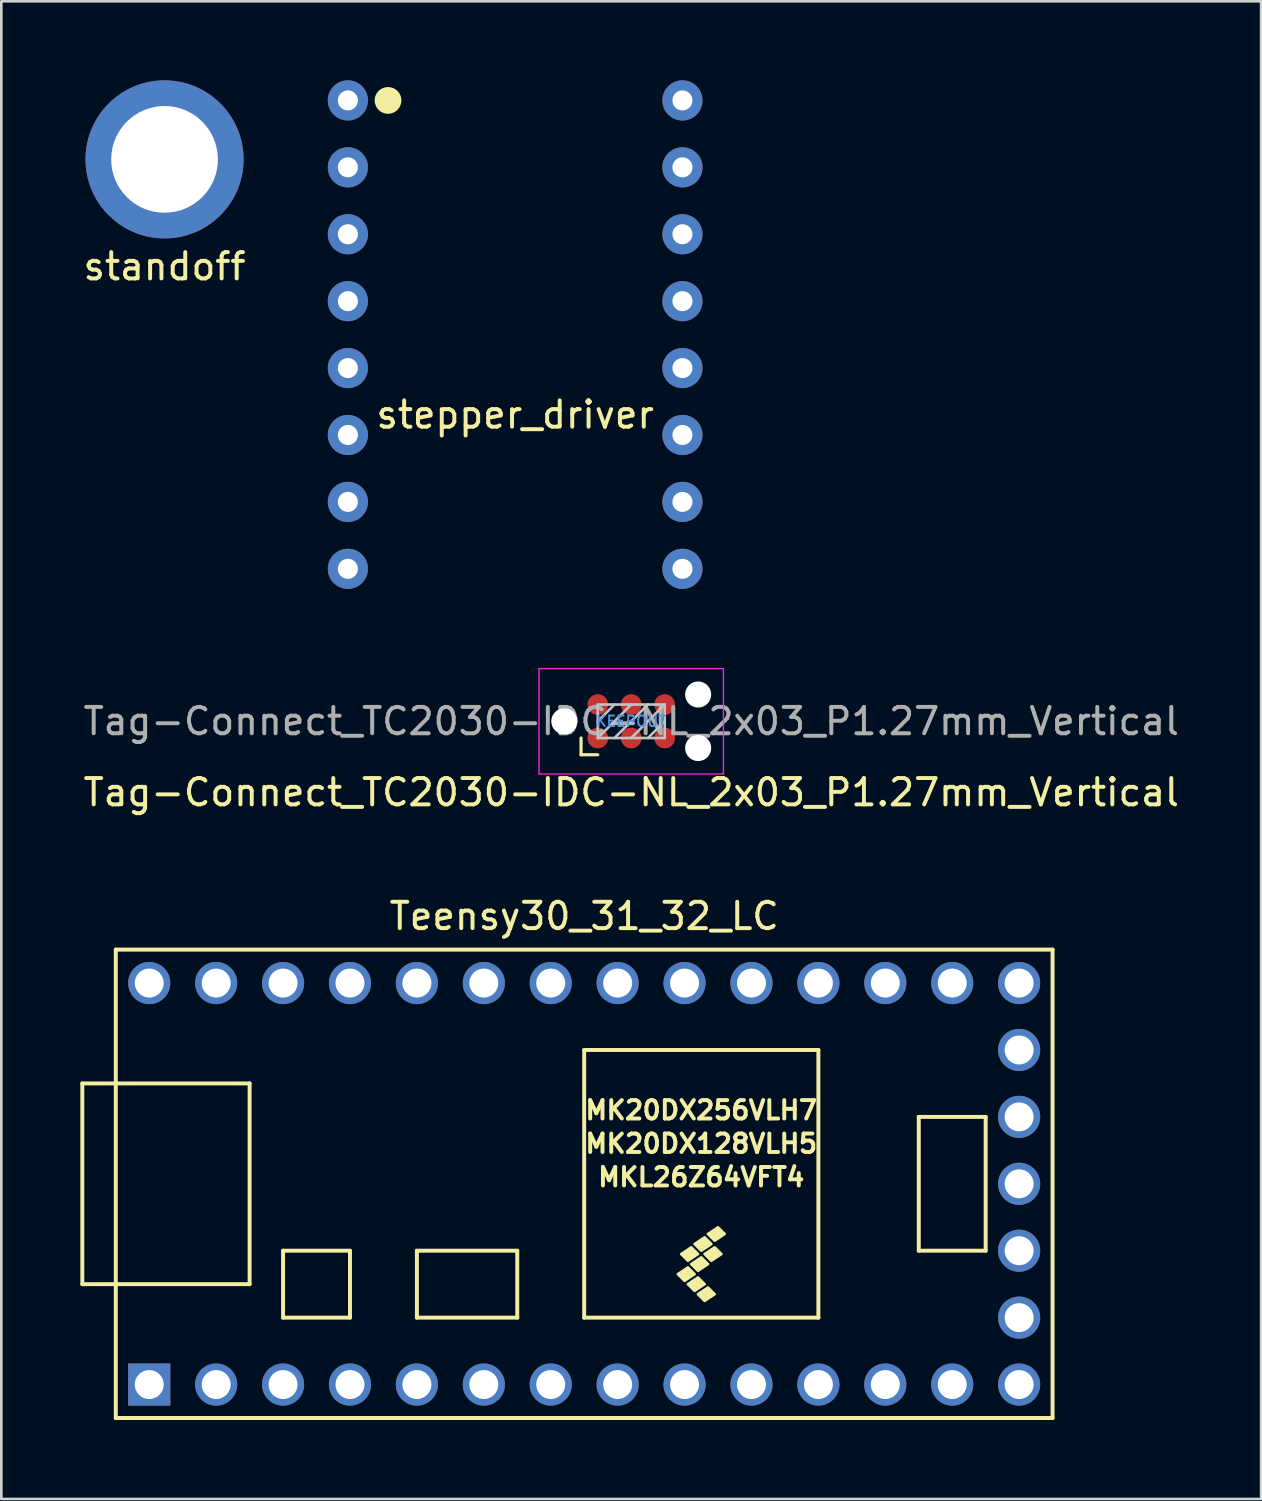
<source format=kicad_pcb>
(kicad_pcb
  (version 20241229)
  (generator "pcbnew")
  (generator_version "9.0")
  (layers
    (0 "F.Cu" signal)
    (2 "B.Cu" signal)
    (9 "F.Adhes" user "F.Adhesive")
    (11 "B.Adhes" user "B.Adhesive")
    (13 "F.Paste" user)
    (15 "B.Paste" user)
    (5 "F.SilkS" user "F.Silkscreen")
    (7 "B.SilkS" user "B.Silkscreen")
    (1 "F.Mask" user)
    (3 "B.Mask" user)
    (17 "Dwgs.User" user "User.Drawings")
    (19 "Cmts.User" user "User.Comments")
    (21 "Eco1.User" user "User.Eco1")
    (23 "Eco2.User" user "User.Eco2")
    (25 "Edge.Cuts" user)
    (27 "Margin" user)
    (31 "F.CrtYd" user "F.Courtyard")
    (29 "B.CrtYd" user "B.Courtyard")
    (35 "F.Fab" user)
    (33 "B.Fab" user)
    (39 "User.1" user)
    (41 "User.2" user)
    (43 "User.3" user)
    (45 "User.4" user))
  (footprint "Tag-Connect_TC2030-IDC-NL_2x03_P1.27mm_Vertical"
    (layer "F.Cu")
    (at 20.911 24.329)
    (property "Reference" "Tag-Connect_TC2030-IDC-NL_2x03_P1.27mm_Vertical" (at 0 2.7 0) (layer "F.SilkS") (effects (font (size 1 1) (thickness 0.15))))
    (attr exclude_from_pos_files exclude_from_bom)
    (fp_line (start -1.905 1.27) (end -1.905 0.635) (stroke (width 0.12) (type solid)) (layer "F.SilkS"))
    (fp_line (start -1.27 1.27) (end -1.905 1.27) (stroke (width 0.12) (type solid)) (layer "F.SilkS"))
    (fp_line (start -1.27 -0.635) (end 1.27 -0.635) (stroke (width 0.1) (type solid)) (layer "Dwgs.User"))
    (fp_line (start -1.27 0) (end -0.635 -0.635) (stroke (width 0.1) (type solid)) (layer "Dwgs.User"))
    (fp_line (start -1.27 0.635) (end -1.27 -0.635) (stroke (width 0.1) (type solid)) (layer "Dwgs.User"))
    (fp_line (start -1.27 0.635) (end 0 -0.635) (stroke (width 0.1) (type solid)) (layer "Dwgs.User"))
    (fp_line (start -0.635 0.635) (end 0.635 -0.635) (stroke (width 0.1) (type solid)) (layer "Dwgs.User"))
    (fp_line (start 0 0.635) (end 1.27 -0.635) (stroke (width 0.1) (type solid)) (layer "Dwgs.User"))
    (fp_line (start 0.635 0.635) (end 1.27 0) (stroke (width 0.1) (type solid)) (layer "Dwgs.User"))
    (fp_line (start 1.27 -0.635) (end 1.27 0.635) (stroke (width 0.1) (type solid)) (layer "Dwgs.User"))
    (fp_line (start 1.27 0.635) (end -1.27 0.635) (stroke (width 0.1) (type solid)) (layer "Dwgs.User"))
    (fp_line (start -3.5 -2) (end 3.5 -2) (stroke (width 0.05) (type solid)) (layer "F.CrtYd"))
    (fp_line (start -3.5 2) (end -3.5 -2) (stroke (width 0.05) (type solid)) (layer "F.CrtYd"))
    (fp_line (start 3.5 -2) (end 3.5 2) (stroke (width 0.05) (type solid)) (layer "F.CrtYd"))
    (fp_line (start 3.5 2) (end -3.5 2) (stroke (width 0.05) (type solid)) (layer "F.CrtYd"))
    (fp_text user "KEEPOUT" (at 0 0 0) (layer "Cmts.User") (effects (font (size 0.4 0.4) (thickness 0.07))))
    (fp_text user "${REFERENCE}" (at 0 0 0) (layer "F.Fab") (effects (font (size 1 1) (thickness 0.15))))
    (pad "" np_thru_hole circle (at -2.54 0) (size 0.991 0.991) (drill 0.991) (layers "*.Cu" "*.Mask"))
    (pad "" np_thru_hole circle (at 2.54 -1.016) (size 0.991 0.991) (drill 0.991) (layers "*.Cu" "*.Mask"))
    (pad "" np_thru_hole circle (at 2.54 1.016) (size 0.991 0.991) (drill 0.991) (layers "*.Cu" "*.Mask"))
    (pad "1" connect circle (at -1.27 0.635) (size 0.787 0.787) (layers "F.Cu" "F.Mask"))
    (pad "2" connect circle (at -1.27 -0.635) (size 0.787 0.787) (layers "F.Cu" "F.Mask"))
    (pad "3" connect circle (at 0 0.635) (size 0.787 0.787) (layers "F.Cu" "F.Mask"))
    (pad "4" connect circle (at 0 -0.635) (size 0.787 0.787) (layers "F.Cu" "F.Mask"))
    (pad "5" connect circle (at 1.27 0.635) (size 0.787 0.787) (layers "F.Cu" "F.Mask"))
    (pad "6" connect circle (at 1.27 -0.635) (size 0.787 0.787) (layers "F.Cu" "F.Mask")))
  (footprint "Teensy30_31_32_LC"
    (layer "F.Cu")
    (at 19.125 41.886)
    (property "Reference" "Teensy30_31_32_LC" (at 0 -10.16 0) (layer "F.SilkS") (effects (font (size 1 1) (thickness 0.15))))
    (attr through_hole)
    (fp_line (start -19.05 -3.81) (end -17.78 -3.81) (stroke (width 0.15) (type solid)) (layer "F.SilkS"))
    (fp_line (start -19.05 3.81) (end -19.05 -3.81) (stroke (width 0.15) (type solid)) (layer "F.SilkS"))
    (fp_line (start -17.78 -8.89) (end 17.78 -8.89) (stroke (width 0.15) (type solid)) (layer "F.SilkS"))
    (fp_line (start -17.78 3.81) (end -19.05 3.81) (stroke (width 0.15) (type solid)) (layer "F.SilkS"))
    (fp_line (start -17.78 8.89) (end -17.78 -8.89) (stroke (width 0.15) (type solid)) (layer "F.SilkS"))
    (fp_line (start -12.7 -3.81) (end -17.78 -3.81) (stroke (width 0.15) (type solid)) (layer "F.SilkS"))
    (fp_line (start -12.7 3.81) (end -17.78 3.81) (stroke (width 0.15) (type solid)) (layer "F.SilkS"))
    (fp_line (start -12.7 3.81) (end -12.7 -3.81) (stroke (width 0.15) (type solid)) (layer "F.SilkS"))
    (fp_line (start -11.43 2.54) (end -11.43 5.08) (stroke (width 0.15) (type solid)) (layer "F.SilkS"))
    (fp_line (start -11.43 5.08) (end -8.89 5.08) (stroke (width 0.15) (type solid)) (layer "F.SilkS"))
    (fp_line (start -8.89 2.54) (end -11.43 2.54) (stroke (width 0.15) (type solid)) (layer "F.SilkS"))
    (fp_line (start -8.89 5.08) (end -8.89 2.54) (stroke (width 0.15) (type solid)) (layer "F.SilkS"))
    (fp_line (start -6.35 2.54) (end -6.35 5.08) (stroke (width 0.15) (type solid)) (layer "F.SilkS"))
    (fp_line (start -6.35 5.08) (end -2.54 5.08) (stroke (width 0.15) (type solid)) (layer "F.SilkS"))
    (fp_line (start -2.54 2.54) (end -6.35 2.54) (stroke (width 0.15) (type solid)) (layer "F.SilkS"))
    (fp_line (start -2.54 5.08) (end -2.54 2.54) (stroke (width 0.15) (type solid)) (layer "F.SilkS"))
    (fp_line (start 0 -5.08) (end 0 5.08) (stroke (width 0.15) (type solid)) (layer "F.SilkS"))
    (fp_line (start 8.89 -5.08) (end 0 -5.08) (stroke (width 0.15) (type solid)) (layer "F.SilkS"))
    (fp_line (start 8.89 5.08) (end 0 5.08) (stroke (width 0.15) (type solid)) (layer "F.SilkS"))
    (fp_line (start 8.89 5.08) (end 8.89 -5.08) (stroke (width 0.15) (type solid)) (layer "F.SilkS"))
    (fp_line (start 12.7 -2.54) (end 15.24 -2.54) (stroke (width 0.15) (type solid)) (layer "F.SilkS"))
    (fp_line (start 12.7 2.54) (end 12.7 -2.54) (stroke (width 0.15) (type solid)) (layer "F.SilkS"))
    (fp_line (start 15.24 -2.54) (end 15.24 2.54) (stroke (width 0.15) (type solid)) (layer "F.SilkS"))
    (fp_line (start 15.24 2.54) (end 12.7 2.54) (stroke (width 0.15) (type solid)) (layer "F.SilkS"))
    (fp_line (start 17.78 -8.89) (end 17.78 8.89) (stroke (width 0.15) (type solid)) (layer "F.SilkS"))
    (fp_line (start 17.78 8.89) (end -17.78 8.89) (stroke (width 0.15) (type solid)) (layer "F.SilkS"))
    (fp_poly (pts (xy 3.81 3.683) (xy 3.556 3.429) (xy 3.937 3.175) (xy 4.191 3.429)) (stroke (width 0.1) (type solid)) (fill yes) (layer "F.SilkS"))
    (fp_poly (pts (xy 3.937 2.921) (xy 3.683 2.667) (xy 4.064 2.413) (xy 4.318 2.667)) (stroke (width 0.1) (type solid)) (fill yes) (layer "F.SilkS"))
    (fp_poly (pts (xy 4.191 4.064) (xy 3.937 3.81) (xy 4.318 3.556) (xy 4.572 3.81)) (stroke (width 0.1) (type solid)) (fill yes) (layer "F.SilkS"))
    (fp_poly (pts (xy 4.318 3.302) (xy 4.064 3.048) (xy 4.445 2.794) (xy 4.699 3.048)) (stroke (width 0.1) (type solid)) (fill yes) (layer "F.SilkS"))
    (fp_poly (pts (xy 4.445 2.54) (xy 4.191 2.286) (xy 4.572 2.032) (xy 4.826 2.286)) (stroke (width 0.1) (type solid)) (fill yes) (layer "F.SilkS"))
    (fp_poly (pts (xy 4.572 4.445) (xy 4.318 4.191) (xy 4.699 3.937) (xy 4.953 4.191)) (stroke (width 0.1) (type solid)) (fill yes) (layer "F.SilkS"))
    (fp_poly (pts (xy 4.826 2.921) (xy 4.572 2.667) (xy 4.953 2.413) (xy 5.207 2.667)) (stroke (width 0.1) (type solid)) (fill yes) (layer "F.SilkS"))
    (fp_poly (pts (xy 4.953 2.159) (xy 4.699 1.905) (xy 5.08 1.651) (xy 5.334 1.905)) (stroke (width 0.1) (type solid)) (fill yes) (layer "F.SilkS"))
    (fp_text user "MKL26Z64VFT4" (at 4.445 -0.254 0) (layer "F.SilkS") (effects (font (size 0.7 0.7) (thickness 0.15))))
    (fp_text user "MK20DX256VLH7" (at 4.445 -2.794 0) (layer "F.SilkS") (effects (font (size 0.7 0.7) (thickness 0.15))))
    (fp_text user "MK20DX128VLH5" (at 4.445 -1.524 0) (layer "F.SilkS") (effects (font (size 0.7 0.7) (thickness 0.15))))
    (pad "1" thru_hole rect (at -16.51 7.62) (size 1.6 1.6) (drill 1.1) (layers "*.Cu" "*.Mask"))
    (pad "2" thru_hole circle (at -13.97 7.62) (size 1.6 1.6) (drill 1.1) (layers "*.Cu" "*.Mask"))
    (pad "3" thru_hole circle (at -11.43 7.62) (size 1.6 1.6) (drill 1.1) (layers "*.Cu" "*.Mask"))
    (pad "4" thru_hole circle (at -8.89 7.62) (size 1.6 1.6) (drill 1.1) (layers "*.Cu" "*.Mask"))
    (pad "5" thru_hole circle (at -6.35 7.62) (size 1.6 1.6) (drill 1.1) (layers "*.Cu" "*.Mask"))
    (pad "6" thru_hole circle (at -3.81 7.62) (size 1.6 1.6) (drill 1.1) (layers "*.Cu" "*.Mask"))
    (pad "7" thru_hole circle (at -1.27 7.62) (size 1.6 1.6) (drill 1.1) (layers "*.Cu" "*.Mask"))
    (pad "8" thru_hole circle (at 1.27 7.62) (size 1.6 1.6) (drill 1.1) (layers "*.Cu" "*.Mask"))
    (pad "9" thru_hole circle (at 3.81 7.62) (size 1.6 1.6) (drill 1.1) (layers "*.Cu" "*.Mask"))
    (pad "10" thru_hole circle (at 6.35 7.62) (size 1.6 1.6) (drill 1.1) (layers "*.Cu" "*.Mask"))
    (pad "11" thru_hole circle (at 8.89 7.62) (size 1.6 1.6) (drill 1.1) (layers "*.Cu" "*.Mask"))
    (pad "12" thru_hole circle (at 11.43 7.62) (size 1.6 1.6) (drill 1.1) (layers "*.Cu" "*.Mask"))
    (pad "13" thru_hole circle (at 13.97 7.62) (size 1.6 1.6) (drill 1.1) (layers "*.Cu" "*.Mask"))
    (pad "14" thru_hole circle (at 16.51 7.62) (size 1.6 1.6) (drill 1.1) (layers "*.Cu" "*.Mask"))
    (pad "15" thru_hole circle (at 16.51 5.08) (size 1.6 1.6) (drill 1.1) (layers "*.Cu" "*.Mask"))
    (pad "16" thru_hole circle (at 16.51 2.54) (size 1.6 1.6) (drill 1.1) (layers "*.Cu" "*.Mask"))
    (pad "17" thru_hole circle (at 16.51 0) (size 1.6 1.6) (drill 1.1) (layers "*.Cu" "*.Mask"))
    (pad "18" thru_hole circle (at 16.51 -2.54) (size 1.6 1.6) (drill 1.1) (layers "*.Cu" "*.Mask"))
    (pad "19" thru_hole circle (at 16.51 -5.08) (size 1.6 1.6) (drill 1.1) (layers "*.Cu" "*.Mask"))
    (pad "20" thru_hole circle (at 16.51 -7.62) (size 1.6 1.6) (drill 1.1) (layers "*.Cu" "*.Mask"))
    (pad "21" thru_hole circle (at 13.97 -7.62) (size 1.6 1.6) (drill 1.1) (layers "*.Cu" "*.Mask"))
    (pad "22" thru_hole circle (at 11.43 -7.62) (size 1.6 1.6) (drill 1.1) (layers "*.Cu" "*.Mask"))
    (pad "23" thru_hole circle (at 8.89 -7.62) (size 1.6 1.6) (drill 1.1) (layers "*.Cu" "*.Mask"))
    (pad "24" thru_hole circle (at 6.35 -7.62) (size 1.6 1.6) (drill 1.1) (layers "*.Cu" "*.Mask"))
    (pad "25" thru_hole circle (at 3.81 -7.62) (size 1.6 1.6) (drill 1.1) (layers "*.Cu" "*.Mask"))
    (pad "26" thru_hole circle (at 1.27 -7.62) (size 1.6 1.6) (drill 1.1) (layers "*.Cu" "*.Mask"))
    (pad "27" thru_hole circle (at -1.27 -7.62) (size 1.6 1.6) (drill 1.1) (layers "*.Cu" "*.Mask"))
    (pad "28" thru_hole circle (at -3.81 -7.62) (size 1.6 1.6) (drill 1.1) (layers "*.Cu" "*.Mask"))
    (pad "29" thru_hole circle (at -6.35 -7.62) (size 1.6 1.6) (drill 1.1) (layers "*.Cu" "*.Mask"))
    (pad "30" thru_hole circle (at -8.89 -7.62) (size 1.6 1.6) (drill 1.1) (layers "*.Cu" "*.Mask"))
    (pad "31" thru_hole circle (at -11.43 -7.62) (size 1.6 1.6) (drill 1.1) (layers "*.Cu" "*.Mask"))
    (pad "32" thru_hole circle (at -13.97 -7.62) (size 1.6 1.6) (drill 1.1) (layers "*.Cu" "*.Mask"))
    (pad "33" thru_hole circle (at -16.51 -7.62) (size 1.6 1.6) (drill 1.1) (layers "*.Cu" "*.Mask")))
  (footprint "standoff"
    (layer "F.Cu")
    (at 3.196 3)
    (property "Reference" "standoff" (at 0 4.064 0) (layer "F.SilkS") (effects (font (size 1 1) (thickness 0.15))))
    (attr through_hole)
    (pad "1" thru_hole circle (at 0 0) (size 6 6) (drill 4.05) (layers "*.Cu" "*.Mask")))
  (footprint "stepper_driver"
    (layer "F.Cu")
    (at 16.505 9.652)
    (property "Reference" "stepper_driver" (at 0 3.04 0) (layer "F.SilkS") (effects (font (size 1 1) (thickness 0.15))))
    (attr through_hole)
    (fp_circle (center -4.826 -8.89) (end -4.572 -8.89) (stroke (width 0.508) (type solid)) (fill no) (layer "F.SilkS"))
    (pad "1" thru_hole circle (at -6.35 -8.89) (size 1.524 1.524) (drill 0.762) (layers "*.Cu" "*.Mask"))
    (pad "2" thru_hole circle (at -6.35 -6.35) (size 1.524 1.524) (drill 0.762) (layers "*.Cu" "*.Mask"))
    (pad "3" thru_hole circle (at -6.35 -3.81) (size 1.524 1.524) (drill 0.762) (layers "*.Cu" "*.Mask"))
    (pad "4" thru_hole circle (at -6.35 -1.27) (size 1.524 1.524) (drill 0.762) (layers "*.Cu" "*.Mask"))
    (pad "5" thru_hole circle (at -6.35 1.27) (size 1.524 1.524) (drill 0.762) (layers "*.Cu" "*.Mask"))
    (pad "6" thru_hole circle (at -6.35 3.81) (size 1.524 1.524) (drill 0.762) (layers "*.Cu" "*.Mask"))
    (pad "7" thru_hole circle (at -6.35 6.35) (size 1.524 1.524) (drill 0.762) (layers "*.Cu" "*.Mask"))
    (pad "8" thru_hole circle (at -6.35 8.89) (size 1.524 1.524) (drill 0.762) (layers "*.Cu" "*.Mask"))
    (pad "9" thru_hole circle (at 6.35 8.89) (size 1.524 1.524) (drill 0.762) (layers "*.Cu" "*.Mask"))
    (pad "10" thru_hole circle (at 6.35 6.35) (size 1.524 1.524) (drill 0.762) (layers "*.Cu" "*.Mask"))
    (pad "11" thru_hole circle (at 6.35 3.81) (size 1.524 1.524) (drill 0.762) (layers "*.Cu" "*.Mask"))
    (pad "12" thru_hole circle (at 6.35 1.27) (size 1.524 1.524) (drill 0.762) (layers "*.Cu" "*.Mask"))
    (pad "13" thru_hole circle (at 6.35 -1.27) (size 1.524 1.524) (drill 0.762) (layers "*.Cu" "*.Mask"))
    (pad "14" thru_hole circle (at 6.35 -3.81) (size 1.524 1.524) (drill 0.762) (layers "*.Cu" "*.Mask"))
    (pad "15" thru_hole circle (at 6.35 -6.35) (size 1.524 1.524) (drill 0.762) (layers "*.Cu" "*.Mask"))
    (pad "16" thru_hole circle (at 6.35 -8.89) (size 1.524 1.524) (drill 0.762) (layers "*.Cu" "*.Mask")))
  (gr_rect
    (start -3 -3)
    (end 44.821 53.85)
    (stroke (width 0.1) (type default))
    (fill no)
    (layer "Edge.Cuts")))
</source>
